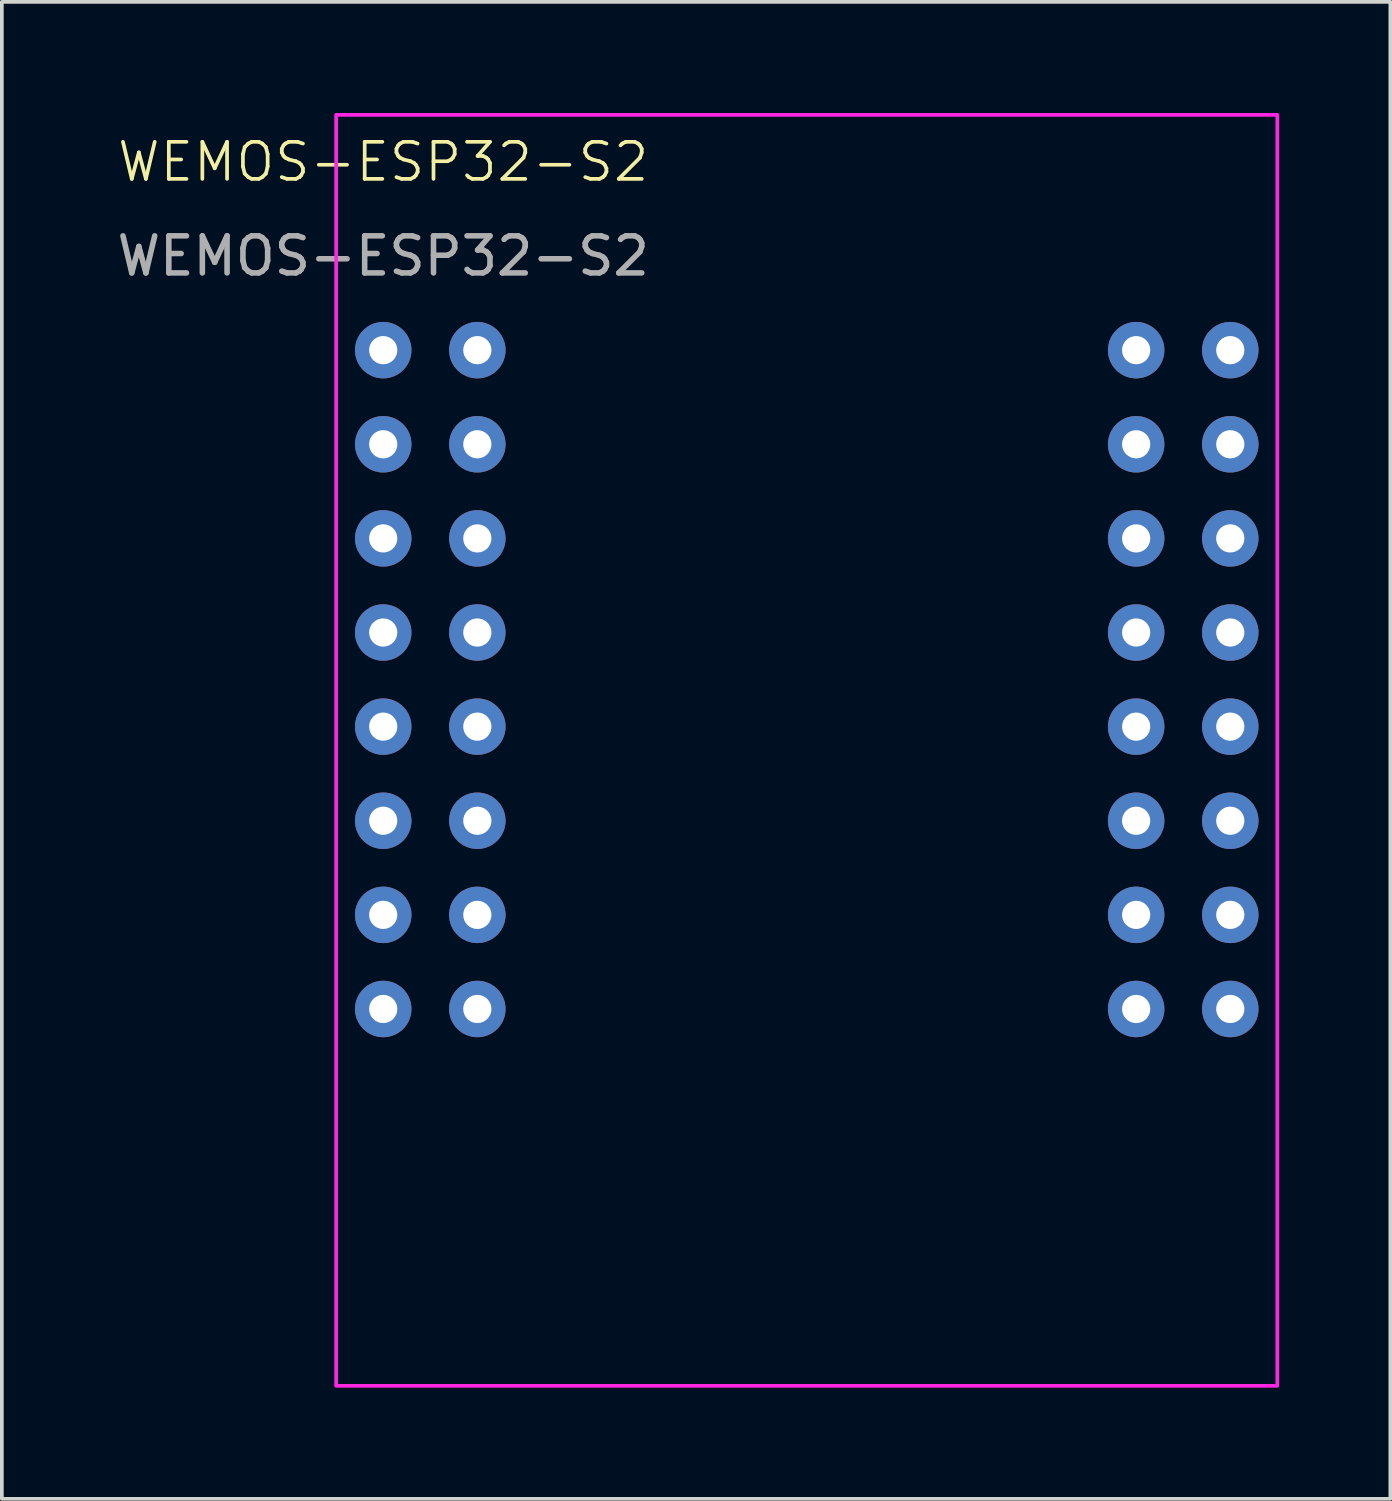
<source format=kicad_pcb>
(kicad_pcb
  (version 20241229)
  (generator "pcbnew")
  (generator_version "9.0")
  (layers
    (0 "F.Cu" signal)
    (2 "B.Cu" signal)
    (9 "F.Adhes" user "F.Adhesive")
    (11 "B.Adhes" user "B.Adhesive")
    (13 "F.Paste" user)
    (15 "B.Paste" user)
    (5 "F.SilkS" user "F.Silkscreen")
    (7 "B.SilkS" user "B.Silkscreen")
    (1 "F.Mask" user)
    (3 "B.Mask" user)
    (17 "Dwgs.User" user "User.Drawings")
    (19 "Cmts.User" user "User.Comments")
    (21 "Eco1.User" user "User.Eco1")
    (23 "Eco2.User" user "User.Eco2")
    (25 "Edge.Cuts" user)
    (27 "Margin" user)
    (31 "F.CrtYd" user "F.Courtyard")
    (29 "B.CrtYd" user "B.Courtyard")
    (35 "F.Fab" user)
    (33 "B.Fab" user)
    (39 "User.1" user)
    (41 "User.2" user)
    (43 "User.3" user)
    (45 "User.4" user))
  (footprint "WEMOS-ESP32-S2"
    (layer "F.Cu")
    (at 7.292 6.4)
    (property "Reference" "WEMOS-ESP32-S2" (at 0 -5.08 0) (unlocked yes) (layer "F.SilkS") (effects (font (size 1 1) (thickness 0.1))))
    (attr through_hole)
    (fp_rect (start -1.27 -6.35) (end 24.13 27.95) (stroke (width 0.1) (type default)) (fill no) (layer "F.CrtYd"))
    (fp_text user "${REFERENCE}" (at 0 -2.54 0) (unlocked yes) (layer "F.Fab") (effects (font (size 1 1) (thickness 0.15))))
    (pad "1" thru_hole circle (at 0 0) (size 1.524 1.524) (drill 0.762) (layers "*.Cu" "*.Mask"))
    (pad "2" thru_hole circle (at 0 2.54) (size 1.524 1.524) (drill 0.762) (layers "*.Cu" "*.Mask"))
    (pad "3" thru_hole circle (at 0 5.08) (size 1.524 1.524) (drill 0.762) (layers "*.Cu" "*.Mask"))
    (pad "4" thru_hole circle (at 0 7.62) (size 1.524 1.524) (drill 0.762) (layers "*.Cu" "*.Mask"))
    (pad "5" thru_hole circle (at 0 10.16) (size 1.524 1.524) (drill 0.762) (layers "*.Cu" "*.Mask"))
    (pad "6" thru_hole circle (at 0 12.7) (size 1.524 1.524) (drill 0.762) (layers "*.Cu" "*.Mask"))
    (pad "7" thru_hole circle (at 0 15.24) (size 1.524 1.524) (drill 0.762) (layers "*.Cu" "*.Mask"))
    (pad "8" thru_hole circle (at 0 17.78) (size 1.524 1.524) (drill 0.762) (layers "*.Cu" "*.Mask"))
    (pad "9" thru_hole circle (at 2.54 0) (size 1.524 1.524) (drill 0.762) (layers "*.Cu" "*.Mask"))
    (pad "10" thru_hole circle (at 2.54 2.54) (size 1.524 1.524) (drill 0.762) (layers "*.Cu" "*.Mask"))
    (pad "11" thru_hole circle (at 2.54 5.08) (size 1.524 1.524) (drill 0.762) (layers "*.Cu" "*.Mask"))
    (pad "12" thru_hole circle (at 2.54 7.62) (size 1.524 1.524) (drill 0.762) (layers "*.Cu" "*.Mask"))
    (pad "13" thru_hole circle (at 2.54 10.16) (size 1.524 1.524) (drill 0.762) (layers "*.Cu" "*.Mask"))
    (pad "14" thru_hole circle (at 2.54 12.7) (size 1.524 1.524) (drill 0.762) (layers "*.Cu" "*.Mask"))
    (pad "15" thru_hole circle (at 2.54 15.24) (size 1.524 1.524) (drill 0.762) (layers "*.Cu" "*.Mask"))
    (pad "16" thru_hole circle (at 2.54 17.78) (size 1.524 1.524) (drill 0.762) (layers "*.Cu" "*.Mask"))
    (pad "17" thru_hole circle (at 20.32 0) (size 1.524 1.524) (drill 0.762) (layers "*.Cu" "*.Mask"))
    (pad "18" thru_hole circle (at 20.32 2.54) (size 1.524 1.524) (drill 0.762) (layers "*.Cu" "*.Mask"))
    (pad "19" thru_hole circle (at 20.32 5.08) (size 1.524 1.524) (drill 0.762) (layers "*.Cu" "*.Mask"))
    (pad "20" thru_hole circle (at 20.32 7.62) (size 1.524 1.524) (drill 0.762) (layers "*.Cu" "*.Mask"))
    (pad "21" thru_hole circle (at 20.32 10.16) (size 1.524 1.524) (drill 0.762) (layers "*.Cu" "*.Mask"))
    (pad "22" thru_hole circle (at 20.32 12.7) (size 1.524 1.524) (drill 0.762) (layers "*.Cu" "*.Mask"))
    (pad "23" thru_hole circle (at 20.32 15.24) (size 1.524 1.524) (drill 0.762) (layers "*.Cu" "*.Mask"))
    (pad "24" thru_hole circle (at 20.32 17.78) (size 1.524 1.524) (drill 0.762) (layers "*.Cu" "*.Mask"))
    (pad "25" thru_hole circle (at 22.86 0) (size 1.524 1.524) (drill 0.762) (layers "*.Cu" "*.Mask"))
    (pad "26" thru_hole circle (at 22.86 2.54) (size 1.524 1.524) (drill 0.762) (layers "*.Cu" "*.Mask"))
    (pad "27" thru_hole circle (at 22.86 5.08) (size 1.524 1.524) (drill 0.762) (layers "*.Cu" "*.Mask"))
    (pad "28" thru_hole circle (at 22.86 7.62) (size 1.524 1.524) (drill 0.762) (layers "*.Cu" "*.Mask"))
    (pad "29" thru_hole circle (at 22.86 10.16) (size 1.524 1.524) (drill 0.762) (layers "*.Cu" "*.Mask"))
    (pad "30" thru_hole circle (at 22.86 12.7) (size 1.524 1.524) (drill 0.762) (layers "*.Cu" "*.Mask"))
    (pad "31" thru_hole circle (at 22.86 15.24) (size 1.524 1.524) (drill 0.762) (layers "*.Cu" "*.Mask"))
    (pad "32" thru_hole circle (at 22.86 17.78) (size 1.524 1.524) (drill 0.762) (layers "*.Cu" "*.Mask")))
  (gr_rect
    (start -3 -3)
    (end 34.472 37.4)
    (stroke (width 0.1) (type default))
    (fill no)
    (layer "Edge.Cuts")))
</source>
